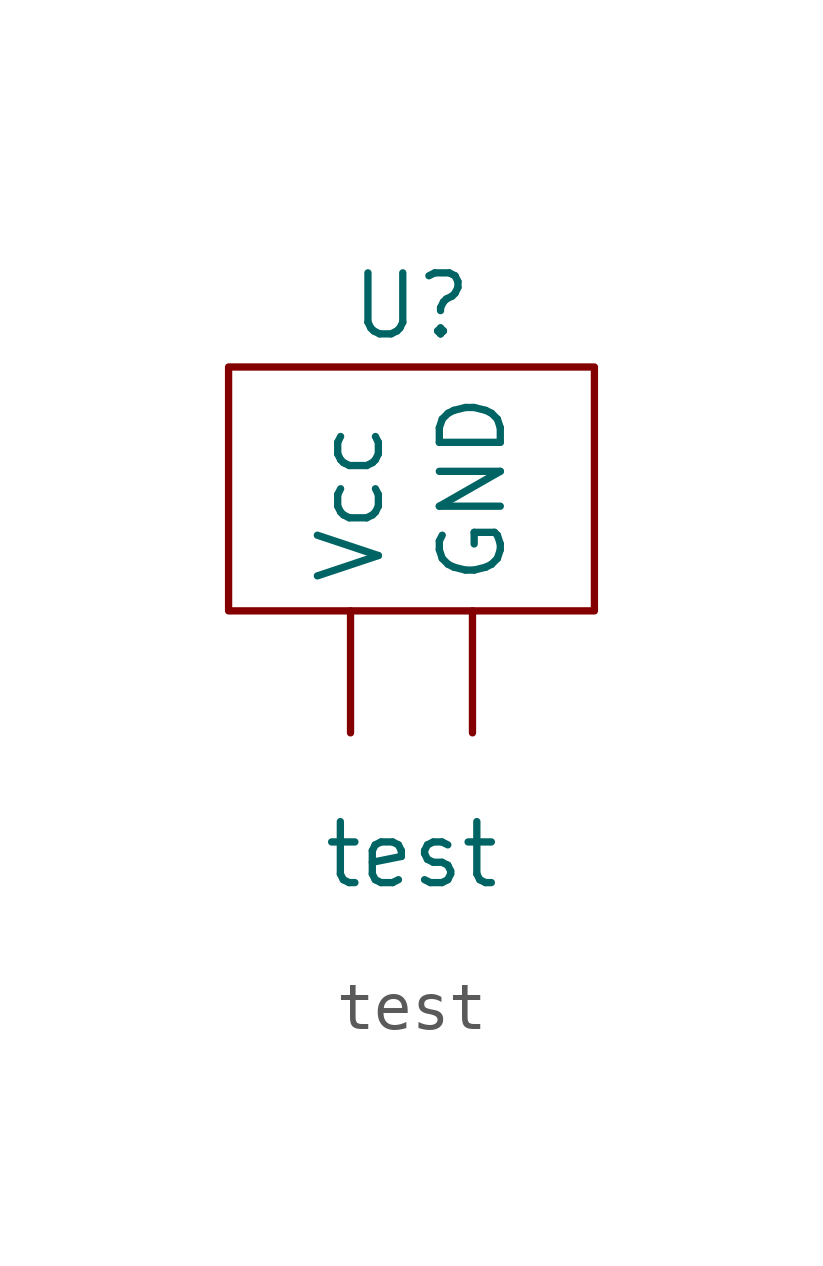
<source format=kicad_sym>
(kicad_symbol_lib
  (version 20211014)
  (generator kicad_symbol_editor)
  (symbol "test"
    (property "Reference" "U"
      (at 0 6.35 0)
      (effects (font (size 1.27 1.27))))
    (property "Value" "test"
      (at 0 -5.08 0)
      (effects (font (size 1.27 1.27))))
    (symbol "test_0_1"
      (rectangle (start -3.81 5.08) (end 3.81 0) (stroke (width 0) (type default) (color 0 0 0 0)) (fill (type none))))
    (symbol "test_1_1"
      (pin passive line (at 1.27 -2.54 90) (length 2.54) (name "GND" (effects (font (size 1.27 1.27)))) (number "" (effects (font (size 1.27 1.27)))))
      (pin passive line (at -1.27 -2.54 90) (length 2.54) (name "Vcc" (effects (font (size 1.27 1.27)))) (number "" (effects (font (size 1.27 1.27))))))))
</source>
